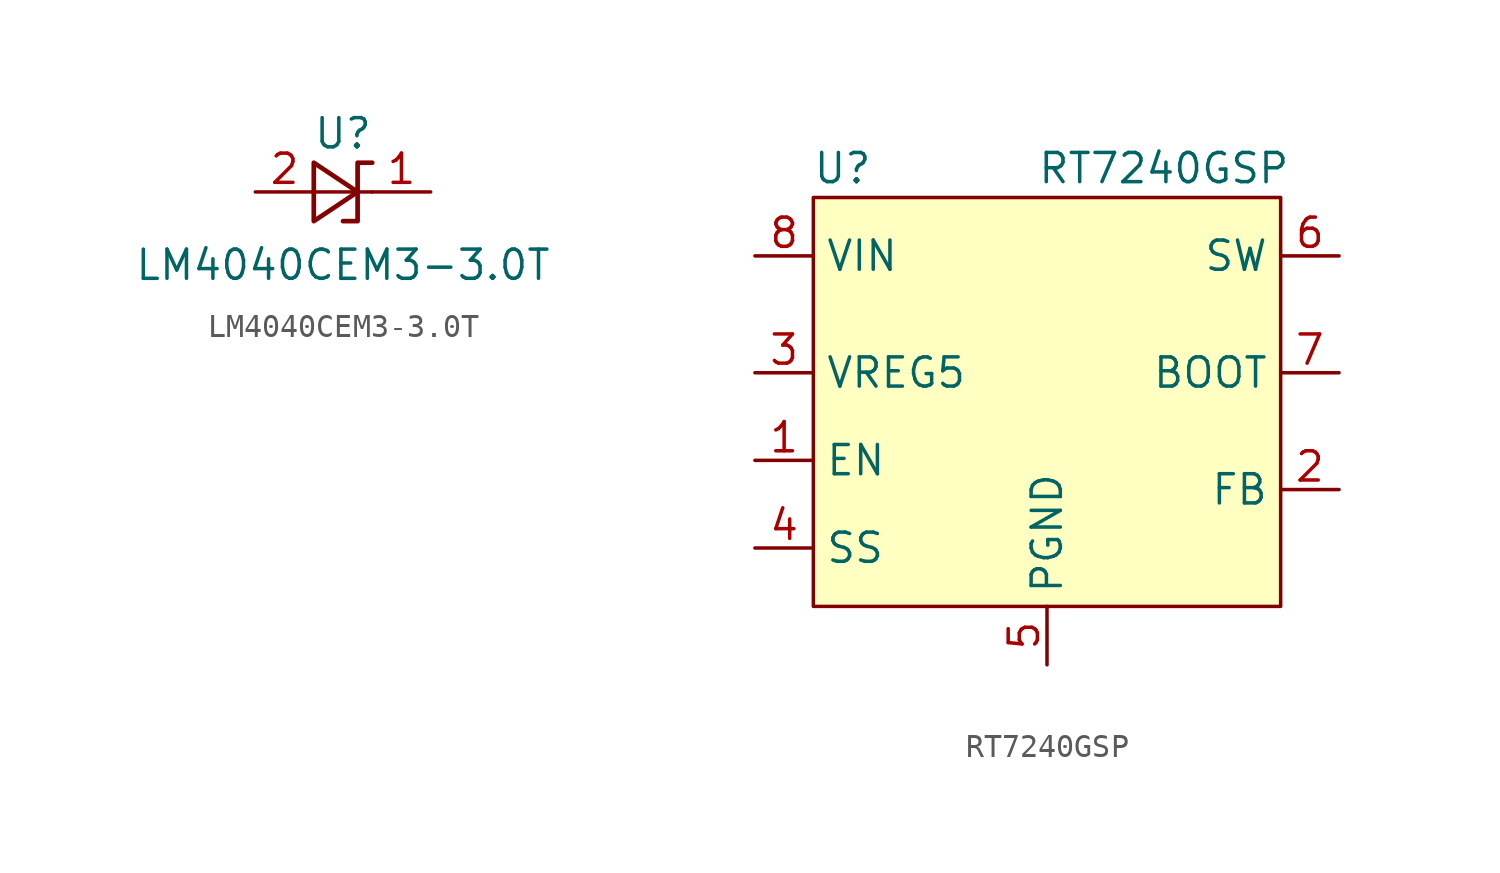
<source format=kicad_sym>
(kicad_symbol_lib
  (version 20220914)
  (generator kicad_symbol_editor)
  (symbol "LM4040CEM3-3.0T"
    (pin_names
      (offset 0.025) hide)
    (property "Reference" "U"
      (at 0 2.54 0)
      (effects (font (size 1.27 1.27))))
    (property "Value" "LM4040CEM3-3.0T"
      (at 0 -3.175 0)
      (effects (font (size 1.27 1.27))))
    (symbol "LM4040CEM3-3.0T_0_1"
      (polyline (pts (xy -1.27 0) (xy 0 0) (xy 1.27 0)) (stroke (width 0) (type default)) (fill (type none)))
      (polyline (pts (xy -1.27 -1.27) (xy 0.635 0) (xy -1.27 1.27) (xy -1.27 -1.27)) (stroke (width 0.203) (type default)) (fill (type none)))
      (polyline (pts (xy 0 -1.27) (xy 0.635 -1.27) (xy 0.635 1.27) (xy 1.27 1.27)) (stroke (width 0.203) (type default)) (fill (type none))))
    (symbol "LM4040CEM3-3.0T_1_1"
      (pin passive line (at 3.81 0 180) (length 2.54) (name "K" (effects (font (size 1.27 1.27)))) (number "1" (effects (font (size 1.27 1.27)))))
      (pin passive line (at -3.81 0 0) (length 2.54) (name "A" (effects (font (size 1.27 1.27)))) (number "2" (effects (font (size 1.27 1.27)))))))
  (symbol "RT7240GSP"
    (property "Reference" "U"
      (at -8.89 10.16 0)
      (effects (font (size 1.27 1.27))))
    (property "Value" "RT7240GSP"
      (at 5.08 10.16 0)
      (effects (font (size 1.27 1.27))))
    (symbol "RT7240GSP_0_1"
      (rectangle (start -10.16 8.89) (end 10.16 -8.89) (stroke (width 0) (type default)) (fill (type background))))
    (symbol "RT7240GSP_1_1"
      (pin input line (at -12.7 -2.54 0) (length 2.54) (name "EN" (effects (font (size 1.27 1.27)))) (number "1" (effects (font (size 1.27 1.27)))))
      (pin input line (at 12.7 -3.81 180) (length 2.54) (name "FB" (effects (font (size 1.27 1.27)))) (number "2" (effects (font (size 1.27 1.27)))))
      (pin power_out line (at -12.7 1.27 0) (length 2.54) (name "VREG5" (effects (font (size 1.27 1.27)))) (number "3" (effects (font (size 1.27 1.27)))))
      (pin input line (at -12.7 -6.35 0) (length 2.54) (name "SS" (effects (font (size 1.27 1.27)))) (number "4" (effects (font (size 1.27 1.27)))))
      (pin power_in line (at 0 -11.43 90) (length 2.54) (name "PGND" (effects (font (size 1.27 1.27)))) (number "5" (effects (font (size 1.27 1.27)))))
      (pin power_out line (at 12.7 6.35 180) (length 2.54) (name "SW" (effects (font (size 1.27 1.27)))) (number "6" (effects (font (size 1.27 1.27)))))
      (pin input line (at 12.7 1.27 180) (length 2.54) (name "BOOT" (effects (font (size 1.27 1.27)))) (number "7" (effects (font (size 1.27 1.27)))))
      (pin power_in line (at -12.7 6.35 0) (length 2.54) (name "VIN" (effects (font (size 1.27 1.27)))) (number "8" (effects (font (size 1.27 1.27)))))
      (pin power_in line (at 0 -11.43 90) (length 2.54) hide (name "PGND" (effects (font (size 1.27 1.27)))) (number "9" (effects (font (size 1.27 1.27))))))))
</source>
